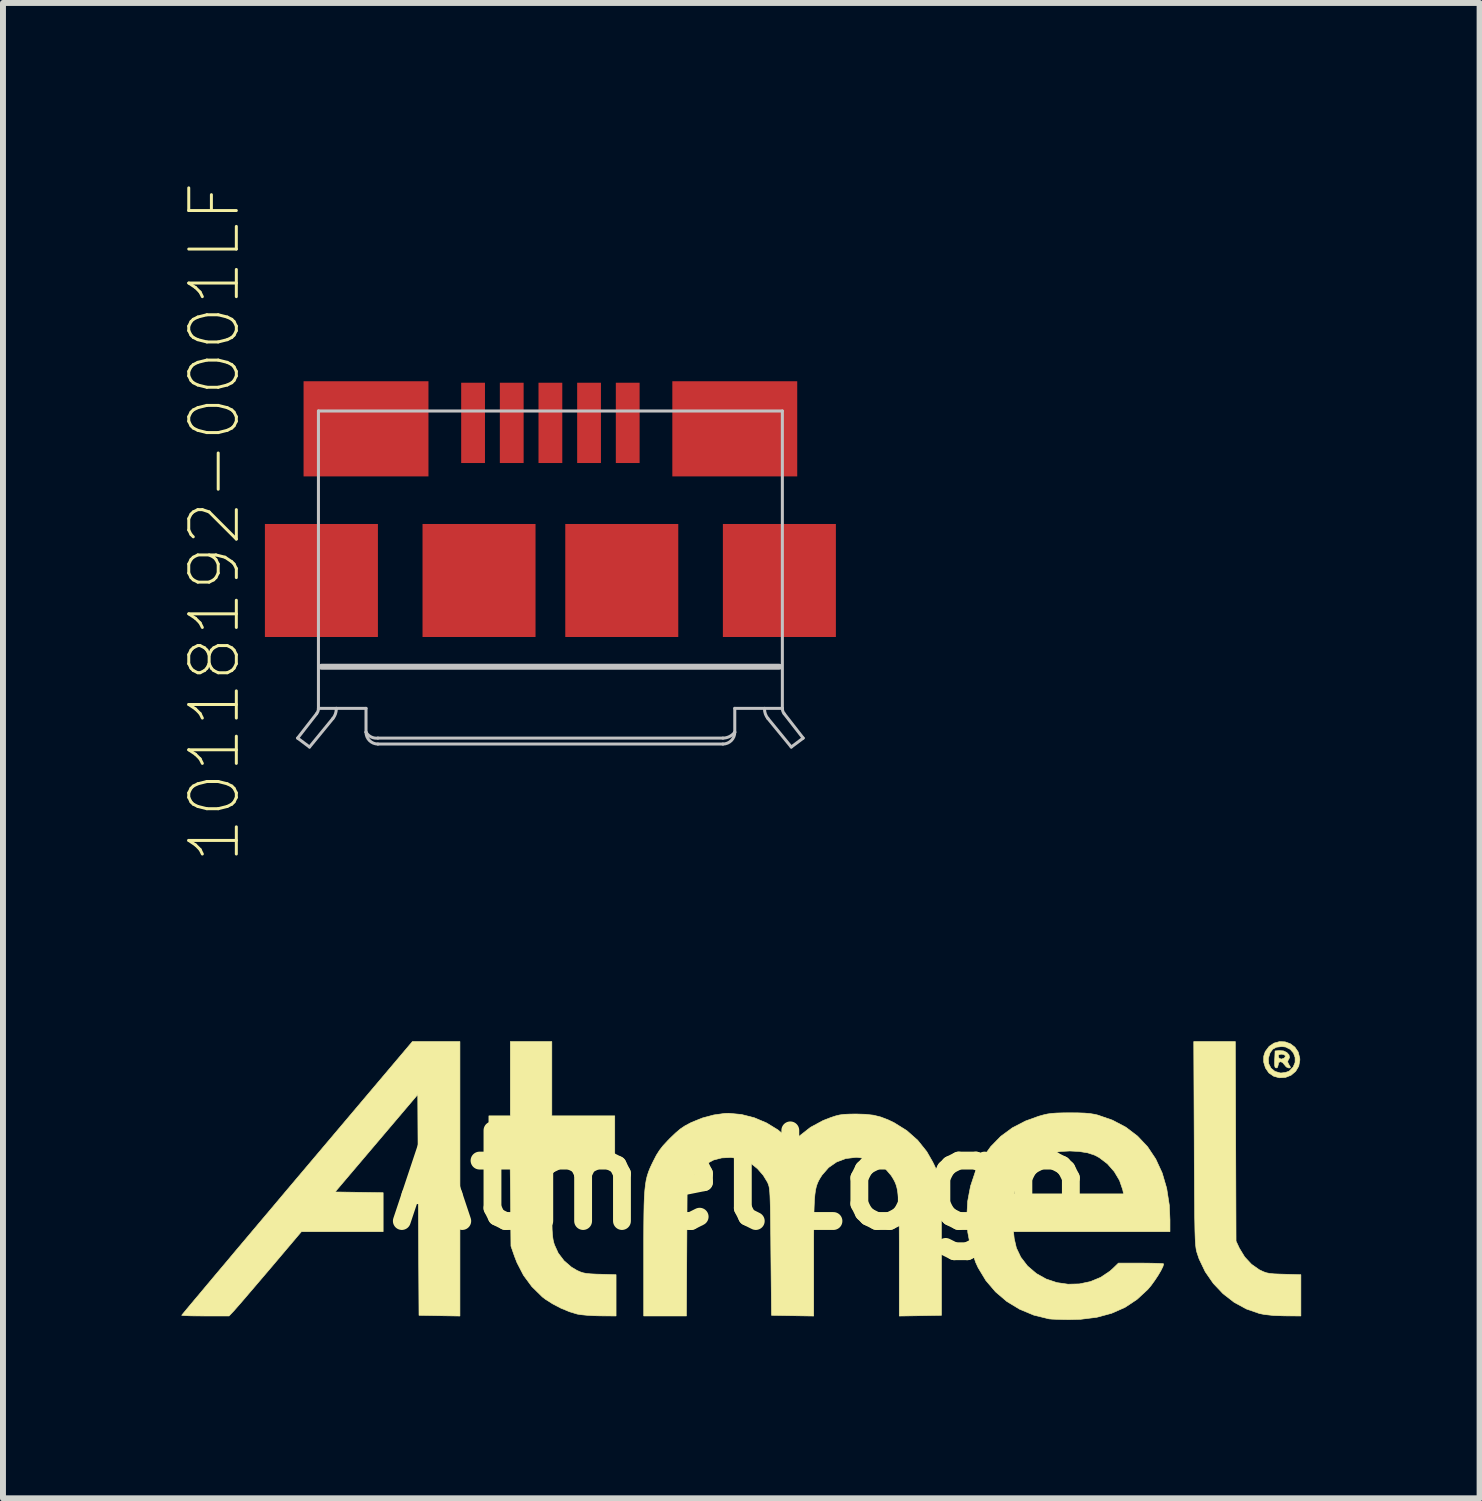
<source format=kicad_pcb>
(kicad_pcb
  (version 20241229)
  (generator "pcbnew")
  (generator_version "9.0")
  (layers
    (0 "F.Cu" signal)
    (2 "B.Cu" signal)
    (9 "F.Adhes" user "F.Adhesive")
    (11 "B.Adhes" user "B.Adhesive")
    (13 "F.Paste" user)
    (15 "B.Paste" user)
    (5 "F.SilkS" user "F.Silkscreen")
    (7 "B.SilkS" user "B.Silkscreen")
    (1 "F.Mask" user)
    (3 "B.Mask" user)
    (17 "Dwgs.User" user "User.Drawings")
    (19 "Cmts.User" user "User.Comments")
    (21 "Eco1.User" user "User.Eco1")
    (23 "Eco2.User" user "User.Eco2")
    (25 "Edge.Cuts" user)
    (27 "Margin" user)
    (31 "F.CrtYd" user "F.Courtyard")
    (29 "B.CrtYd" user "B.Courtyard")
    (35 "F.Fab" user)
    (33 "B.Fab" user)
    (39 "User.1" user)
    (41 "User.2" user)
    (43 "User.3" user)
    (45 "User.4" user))
  (footprint "AtmelLogo"
    (layer "F.Cu")
    (at 9.403 16.79)
    (property "Reference" "AtmelLogo" (at 0 0 0) (layer "F.SilkS") (effects (font (size 1.524 1.524) (thickness 0.3))))
    (attr through_hole)
    (fp_poly (pts (xy 9.126 -2.171) (xy 9.183 -2.144) (xy 9.22 -2.103) (xy 9.228 -2.057) (xy 9.206 -2.017) (xy 9.196 -1.987) (xy 9.217 -1.941) (xy 9.219 -1.939) (xy 9.242 -1.901) (xy 9.24 -1.886) (xy 9.214 -1.884) (xy 9.174 -1.901) (xy 9.144 -1.937) (xy 9.111 -1.976) (xy 9.077 -1.99) (xy 9.046 -1.975) (xy 9.038 -1.937) (xy 9.027 -1.894) (xy 9.005 -1.884) (xy 8.988 -1.891) (xy 8.979 -1.918) (xy 8.977 -1.974) (xy 8.979 -2.027) (xy 8.982 -2.088) (xy 9.038 -2.088) (xy 9.053 -2.046) (xy 9.092 -2.033) (xy 9.141 -2.051) (xy 9.159 -2.079) (xy 9.156 -2.093) (xy 9.127 -2.112) (xy 9.085 -2.116) (xy 9.049 -2.106) (xy 9.038 -2.088) (xy 8.982 -2.088) (xy 8.985 -2.17) (xy 9.056 -2.176) (xy 9.126 -2.171)) (stroke (width 0.01) (type solid)) (fill yes) (layer "F.SilkS"))
    (fp_poly (pts (xy 9.154 -2.323) (xy 9.242 -2.291) (xy 9.318 -2.234) (xy 9.373 -2.154) (xy 9.4 -2.052) (xy 9.402 -2.018) (xy 9.383 -1.914) (xy 9.331 -1.827) (xy 9.254 -1.762) (xy 9.16 -1.725) (xy 9.056 -1.719) (xy 8.962 -1.745) (xy 8.881 -1.801) (xy 8.824 -1.884) (xy 8.794 -1.982) (xy 8.794 -2.044) (xy 8.872 -2.044) (xy 8.878 -1.955) (xy 8.917 -1.88) (xy 8.983 -1.826) (xy 9.072 -1.8) (xy 9.092 -1.8) (xy 9.159 -1.808) (xy 9.217 -1.828) (xy 9.224 -1.832) (xy 9.29 -1.9) (xy 9.322 -1.978) (xy 9.322 -2.06) (xy 9.294 -2.136) (xy 9.24 -2.197) (xy 9.163 -2.236) (xy 9.099 -2.244) (xy 9.008 -2.233) (xy 8.945 -2.199) (xy 8.901 -2.138) (xy 8.872 -2.044) (xy 8.794 -2.044) (xy 8.795 -2.083) (xy 8.82 -2.159) (xy 8.886 -2.247) (xy 8.968 -2.302) (xy 9.06 -2.327) (xy 9.154 -2.323)) (stroke (width 0.01) (type solid)) (fill yes) (layer "F.SilkS"))
    (fp_poly (pts (xy 8.323 -0.651) (xy 8.329 1.027) (xy 8.385 1.147) (xy 8.474 1.293) (xy 8.588 1.416) (xy 8.72 1.509) (xy 8.739 1.518) (xy 8.792 1.543) (xy 8.841 1.56) (xy 8.896 1.571) (xy 8.968 1.578) (xy 9.066 1.582) (xy 9.139 1.584) (xy 9.419 1.592) (xy 9.419 2.286) (xy 9.149 2.284) (xy 8.961 2.278) (xy 8.807 2.261) (xy 8.724 2.245) (xy 8.504 2.169) (xy 8.298 2.057) (xy 8.111 1.912) (xy 7.947 1.739) (xy 7.811 1.542) (xy 7.707 1.325) (xy 7.671 1.217) (xy 7.664 1.191) (xy 7.658 1.161) (xy 7.653 1.124) (xy 7.648 1.078) (xy 7.644 1.018) (xy 7.641 0.942) (xy 7.638 0.848) (xy 7.636 0.732) (xy 7.633 0.592) (xy 7.632 0.424) (xy 7.63 0.226) (xy 7.629 -0.005) (xy 7.627 -0.273) (xy 7.626 -0.58) (xy 7.626 -0.619) (xy 7.618 -2.328) (xy 8.317 -2.328) (xy 8.323 -0.651)) (stroke (width 0.01) (type solid)) (fill yes) (layer "F.SilkS"))
    (fp_poly (pts (xy -4.72 2.287) (xy -5.064 2.281) (xy -5.408 2.275) (xy -5.419 0.419) (xy -5.429 -1.437) (xy -6.124 -0.618) (xy -6.819 0.201) (xy -6.415 0.207) (xy -6.011 0.213) (xy -6.011 0.868) (xy -7.385 0.868) (xy -7.918 1.498) (xy -8.04 1.641) (xy -8.155 1.776) (xy -8.262 1.901) (xy -8.355 2.01) (xy -8.432 2.099) (xy -8.49 2.165) (xy -8.524 2.204) (xy -8.527 2.207) (xy -8.602 2.286) (xy -9 2.286) (xy -9.125 2.285) (xy -9.233 2.284) (xy -9.319 2.281) (xy -9.376 2.278) (xy -9.398 2.275) (xy -9.398 2.274) (xy -9.385 2.257) (xy -9.345 2.209) (xy -9.282 2.133) (xy -9.196 2.03) (xy -9.088 1.902) (xy -8.961 1.75) (xy -8.816 1.577) (xy -8.654 1.385) (xy -8.478 1.175) (xy -8.287 0.949) (xy -8.085 0.709) (xy -7.872 0.457) (xy -7.651 0.194) (xy -7.459 -0.033) (xy -5.519 -2.328) (xy -4.72 -2.328) (xy -4.72 2.287)) (stroke (width 0.01) (type solid)) (fill yes) (layer "F.SilkS"))
    (fp_poly (pts (xy -3.175 -1.079) (xy -2.117 -1.079) (xy -2.117 -0.381) (xy -3.175 -0.381) (xy -3.175 0.284) (xy -3.175 0.472) (xy -3.174 0.623) (xy -3.172 0.743) (xy -3.17 0.837) (xy -3.165 0.909) (xy -3.159 0.966) (xy -3.152 1.013) (xy -3.141 1.056) (xy -3.132 1.087) (xy -3.068 1.228) (xy -2.97 1.357) (xy -2.846 1.464) (xy -2.756 1.518) (xy -2.701 1.543) (xy -2.65 1.56) (xy -2.594 1.571) (xy -2.52 1.578) (xy -2.419 1.583) (xy -2.365 1.584) (xy -2.095 1.592) (xy -2.095 2.286) (xy -2.355 2.284) (xy -2.471 2.281) (xy -2.587 2.274) (xy -2.687 2.264) (xy -2.748 2.254) (xy -2.877 2.215) (xy -3.02 2.156) (xy -3.16 2.083) (xy -3.283 2.005) (xy -3.335 1.965) (xy -3.511 1.792) (xy -3.651 1.602) (xy -3.761 1.389) (xy -3.803 1.281) (xy -3.862 1.111) (xy -3.869 0.365) (xy -3.877 -0.381) (xy -4.233 -0.381) (xy -4.233 -1.079) (xy -3.873 -1.079) (xy -3.873 -2.328) (xy -3.175 -2.328) (xy -3.175 -1.079)) (stroke (width 0.01) (type solid)) (fill yes) (layer "F.SilkS"))
    (fp_poly (pts (xy 5.671 -1.129) (xy 5.784 -1.125) (xy 5.875 -1.117) (xy 5.953 -1.104) (xy 6.001 -1.093) (xy 6.252 -1.006) (xy 6.476 -0.888) (xy 6.673 -0.738) (xy 6.841 -0.56) (xy 6.979 -0.353) (xy 7.087 -0.119) (xy 7.163 0.14) (xy 7.207 0.423) (xy 7.218 0.668) (xy 7.218 0.868) (xy 4.587 0.868) (xy 4.599 0.984) (xy 4.636 1.143) (xy 4.71 1.298) (xy 4.819 1.44) (xy 4.825 1.447) (xy 4.971 1.572) (xy 5.137 1.665) (xy 5.317 1.725) (xy 5.505 1.752) (xy 5.695 1.747) (xy 5.88 1.708) (xy 6.054 1.636) (xy 6.21 1.531) (xy 6.259 1.487) (xy 6.352 1.397) (xy 6.732 1.397) (xy 6.853 1.398) (xy 6.959 1.4) (xy 7.042 1.403) (xy 7.095 1.406) (xy 7.112 1.41) (xy 7.1 1.454) (xy 7.067 1.521) (xy 7.019 1.603) (xy 6.962 1.689) (xy 6.902 1.772) (xy 6.845 1.84) (xy 6.663 2.008) (xy 6.461 2.142) (xy 6.236 2.241) (xy 5.988 2.308) (xy 5.714 2.342) (xy 5.52 2.347) (xy 5.411 2.345) (xy 5.312 2.342) (xy 5.235 2.339) (xy 5.189 2.335) (xy 5.186 2.335) (xy 4.929 2.272) (xy 4.691 2.173) (xy 4.475 2.042) (xy 4.285 1.88) (xy 4.123 1.69) (xy 3.993 1.475) (xy 3.951 1.384) (xy 3.868 1.139) (xy 3.819 0.881) (xy 3.802 0.618) (xy 3.817 0.357) (xy 3.84 0.233) (xy 4.595 0.233) (xy 6.438 0.233) (xy 6.424 0.164) (xy 6.37 0.007) (xy 6.282 -0.141) (xy 6.166 -0.273) (xy 6.029 -0.377) (xy 5.952 -0.418) (xy 5.835 -0.457) (xy 5.691 -0.48) (xy 5.535 -0.488) (xy 5.38 -0.48) (xy 5.24 -0.455) (xy 5.213 -0.448) (xy 5.038 -0.373) (xy 4.886 -0.265) (xy 4.76 -0.125) (xy 4.665 0.041) (xy 4.635 0.116) (xy 4.595 0.233) (xy 3.84 0.233) (xy 3.865 0.103) (xy 3.944 -0.135) (xy 4.054 -0.35) (xy 4.055 -0.353) (xy 4.204 -0.561) (xy 4.374 -0.735) (xy 4.567 -0.877) (xy 4.789 -0.992) (xy 5.01 -1.072) (xy 5.088 -1.094) (xy 5.158 -1.11) (xy 5.229 -1.12) (xy 5.313 -1.126) (xy 5.42 -1.129) (xy 5.524 -1.13) (xy 5.671 -1.129)) (stroke (width 0.01) (type solid)) (fill yes) (layer "F.SilkS"))
    (fp_poly (pts (xy 0.013 -1.102) (xy 0.229 -1.047) (xy 0.437 -0.959) (xy 0.626 -0.843) (xy 0.729 -0.758) (xy 0.868 -0.631) (xy 0.984 -0.737) (xy 1.174 -0.886) (xy 1.385 -1) (xy 1.514 -1.05) (xy 1.595 -1.077) (xy 1.665 -1.094) (xy 1.739 -1.104) (xy 1.829 -1.108) (xy 1.937 -1.11) (xy 2.098 -1.105) (xy 2.232 -1.09) (xy 2.354 -1.06) (xy 2.477 -1.013) (xy 2.581 -0.963) (xy 2.793 -0.831) (xy 2.976 -0.669) (xy 3.129 -0.478) (xy 3.227 -0.307) (xy 3.259 -0.242) (xy 3.285 -0.184) (xy 3.307 -0.126) (xy 3.326 -0.067) (xy 3.34 -0.00044) (xy 3.352 0.076) (xy 3.36 0.168) (xy 3.367 0.278) (xy 3.371 0.41) (xy 3.373 0.57) (xy 3.375 0.76) (xy 3.375 0.985) (xy 3.376 1.206) (xy 3.376 2.275) (xy 3.022 2.281) (xy 2.667 2.287) (xy 2.667 1.286) (xy 2.667 1.034) (xy 2.666 0.821) (xy 2.664 0.643) (xy 2.661 0.495) (xy 2.656 0.373) (xy 2.649 0.274) (xy 2.64 0.194) (xy 2.627 0.129) (xy 2.611 0.075) (xy 2.591 0.027) (xy 2.567 -0.018) (xy 2.539 -0.063) (xy 2.529 -0.078) (xy 2.421 -0.204) (xy 2.288 -0.298) (xy 2.133 -0.358) (xy 1.958 -0.381) (xy 1.936 -0.381) (xy 1.767 -0.361) (xy 1.613 -0.303) (xy 1.479 -0.21) (xy 1.369 -0.084) (xy 1.365 -0.078) (xy 1.335 -0.031) (xy 1.31 0.013) (xy 1.289 0.06) (xy 1.272 0.111) (xy 1.258 0.173) (xy 1.248 0.248) (xy 1.24 0.341) (xy 1.235 0.455) (xy 1.231 0.595) (xy 1.229 0.763) (xy 1.228 0.966) (xy 1.228 1.205) (xy 1.228 1.286) (xy 1.228 2.287) (xy 0.873 2.281) (xy 0.519 2.275) (xy 0.508 1.206) (xy 0.506 0.966) (xy 0.503 0.764) (xy 0.501 0.597) (xy 0.499 0.461) (xy 0.496 0.352) (xy 0.493 0.267) (xy 0.489 0.201) (xy 0.484 0.152) (xy 0.478 0.114) (xy 0.47 0.085) (xy 0.461 0.061) (xy 0.452 0.039) (xy 0.38 -0.079) (xy 0.283 -0.19) (xy 0.172 -0.28) (xy 0.117 -0.312) (xy -0.014 -0.359) (xy -0.164 -0.379) (xy -0.317 -0.372) (xy -0.454 -0.337) (xy -0.577 -0.272) (xy -0.693 -0.176) (xy -0.793 -0.06) (xy -0.847 0.032) (xy -0.9 0.138) (xy -0.906 1.212) (xy -0.912 2.286) (xy -1.63 2.286) (xy -1.63 1.251) (xy -1.63 0.989) (xy -1.629 0.766) (xy -1.627 0.577) (xy -1.624 0.418) (xy -1.619 0.284) (xy -1.611 0.173) (xy -1.601 0.08) (xy -1.588 0.000056) (xy -1.571 -0.07) (xy -1.55 -0.135) (xy -1.525 -0.198) (xy -1.495 -0.263) (xy -1.468 -0.318) (xy -1.416 -0.419) (xy -1.364 -0.501) (xy -1.303 -0.579) (xy -1.223 -0.665) (xy -1.188 -0.701) (xy -1.094 -0.791) (xy -1.015 -0.858) (xy -0.938 -0.91) (xy -0.85 -0.957) (xy -0.826 -0.969) (xy -0.643 -1.043) (xy -0.451 -1.094) (xy -0.266 -1.12) (xy -0.201 -1.122) (xy 0.013 -1.102)) (stroke (width 0.01) (type solid)) (fill yes) (layer "F.SilkS")))
  (footprint "10118192-0001LF"
    (layer "F.Cu")
    (at 6.204 6.71)
    (property "Reference" "10118192-0001LF" (at -5.648 -0.982 90) (layer "F.SilkS") (effects (font (size 0.8 0.8) (thickness 0.05))))
    (attr smd)
    (fp_line (start -4.25 2.65) (end -4.05 2.8) (stroke (width 0.051) (type solid)) (layer "Dwgs.User"))
    (fp_line (start -4.25 2.65) (end -3.931 2.24) (stroke (width 0.051) (type solid)) (layer "Dwgs.User"))
    (fp_line (start -4.05 2.8) (end -3.657 2.32) (stroke (width 0.051) (type solid)) (layer "Dwgs.User"))
    (fp_line (start -3.9 -2.85) (end 3.9 -2.85) (stroke (width 0.051) (type solid)) (layer "Dwgs.User"))
    (fp_line (start -3.9 2.15) (end -3.9 -2.85) (stroke (width 0.051) (type solid)) (layer "Dwgs.User"))
    (fp_line (start -3.6 2.15) (end -3.9 2.15) (stroke (width 0.051) (type solid)) (layer "Dwgs.User"))
    (fp_line (start -3.6 2.159) (end -3.6 2.15) (stroke (width 0.051) (type solid)) (layer "Dwgs.User"))
    (fp_line (start -3.1 2.15) (end -3.6 2.15) (stroke (width 0.051) (type solid)) (layer "Dwgs.User"))
    (fp_line (start -3.1 2.55) (end -3.1 2.15) (stroke (width 0.051) (type solid)) (layer "Dwgs.User"))
    (fp_line (start 2.9 2.65) (end -2.9 2.65) (stroke (width 0.051) (type solid)) (layer "Dwgs.User"))
    (fp_line (start 2.9 2.75) (end -2.9 2.75) (stroke (width 0.051) (type solid)) (layer "Dwgs.User"))
    (fp_line (start 3.1 2.15) (end 3.1 2.55) (stroke (width 0.051) (type solid)) (layer "Dwgs.User"))
    (fp_line (start 3.6 2.159) (end 3.6 2.15) (stroke (width 0.051) (type solid)) (layer "Dwgs.User"))
    (fp_line (start 3.85 1.45) (end -3.85 1.45) (stroke (width 0.1) (type solid)) (layer "Dwgs.User"))
    (fp_line (start 3.9 -2.85) (end 3.9 2.15) (stroke (width 0.051) (type solid)) (layer "Dwgs.User"))
    (fp_line (start 3.9 2.15) (end 3.1 2.15) (stroke (width 0.051) (type solid)) (layer "Dwgs.User"))
    (fp_line (start 4.05 2.8) (end 3.657 2.32) (stroke (width 0.051) (type solid)) (layer "Dwgs.User"))
    (fp_line (start 4.25 2.65) (end 3.931 2.24) (stroke (width 0.051) (type solid)) (layer "Dwgs.User"))
    (fp_line (start 4.25 2.65) (end 4.05 2.8) (stroke (width 0.051) (type solid)) (layer "Dwgs.User"))
    (fp_arc (start -3.9 2.15) (mid -3.907843 2.197197) (end -3.930551 2.239309) (stroke (width 0.0508) (type solid)) (layer "Dwgs.User"))
    (fp_arc (start -3.6 2.1593) (mid -3.614766 2.244718) (end -3.657396 2.320196) (stroke (width 0.0508) (type solid)) (layer "Dwgs.User"))
    (fp_arc (start -2.90028 2.650035) (mid -3.015265 2.630215) (end -3.1 2.55) (stroke (width 0.0508) (type solid)) (layer "Dwgs.User"))
    (fp_arc (start -2.9 2.75) (mid -3.041421 2.691421) (end -3.1 2.55) (stroke (width 0.0508) (type solid)) (layer "Dwgs.User"))
    (fp_arc (start 3.099921 2.550105) (mid 3.011745 2.623636) (end 2.9 2.65) (stroke (width 0.0508) (type solid)) (layer "Dwgs.User"))
    (fp_arc (start 3.1 2.55) (mid 3.041421 2.691421) (end 2.9 2.75) (stroke (width 0.0508) (type solid)) (layer "Dwgs.User"))
    (fp_arc (start 3.657396 2.320196) (mid 3.614766 2.244718) (end 3.6 2.1593) (stroke (width 0.0508) (type solid)) (layer "Dwgs.User"))
    (fp_arc (start 3.930665 2.239455) (mid 3.907868 2.197286) (end 3.9 2.15) (stroke (width 0.0508) (type solid)) (layer "Dwgs.User"))
    (pad "1" smd rect (at -1.3 -2.65 90) (size 1.35 0.4) (layers "F.Cu" "F.Mask" "F.Paste"))
    (pad "2" smd rect (at -0.65 -2.65 90) (size 1.35 0.4) (layers "F.Cu" "F.Mask" "F.Paste"))
    (pad "3" smd rect (at 0 -2.65 90) (size 1.35 0.4) (layers "F.Cu" "F.Mask" "F.Paste"))
    (pad "4" smd rect (at 0.65 -2.65 90) (size 1.35 0.4) (layers "F.Cu" "F.Mask" "F.Paste"))
    (pad "5" smd rect (at 1.3 -2.65 90) (size 1.35 0.4) (layers "F.Cu" "F.Mask" "F.Paste"))
    (pad "6" smd rect (at -3.85 0) (size 1.9 1.9) (layers "F.Cu" "F.Mask" "F.Paste"))
    (pad "6" smd rect (at -3.1 -2.55) (size 2.1 1.6) (layers "F.Cu" "F.Mask" "F.Paste"))
    (pad "6" smd rect (at 3.1 -2.55) (size 2.1 1.6) (layers "F.Cu" "F.Mask" "F.Paste"))
    (pad "6" smd rect (at 3.85 0) (size 1.9 1.9) (layers "F.Cu" "F.Mask" "F.Paste"))
    (pad "M1" smd rect (at -1.2 0) (size 1.9 1.9) (layers "F.Cu" "F.Mask" "F.Paste"))
    (pad "M2" smd rect (at 1.2 0) (size 1.9 1.9) (layers "F.Cu" "F.Mask" "F.Paste")))
  (gr_rect
    (start -3 -3)
    (end 21.827 22.142)
    (stroke (width 0.1) (type default))
    (fill no)
    (layer "Edge.Cuts")))
</source>
